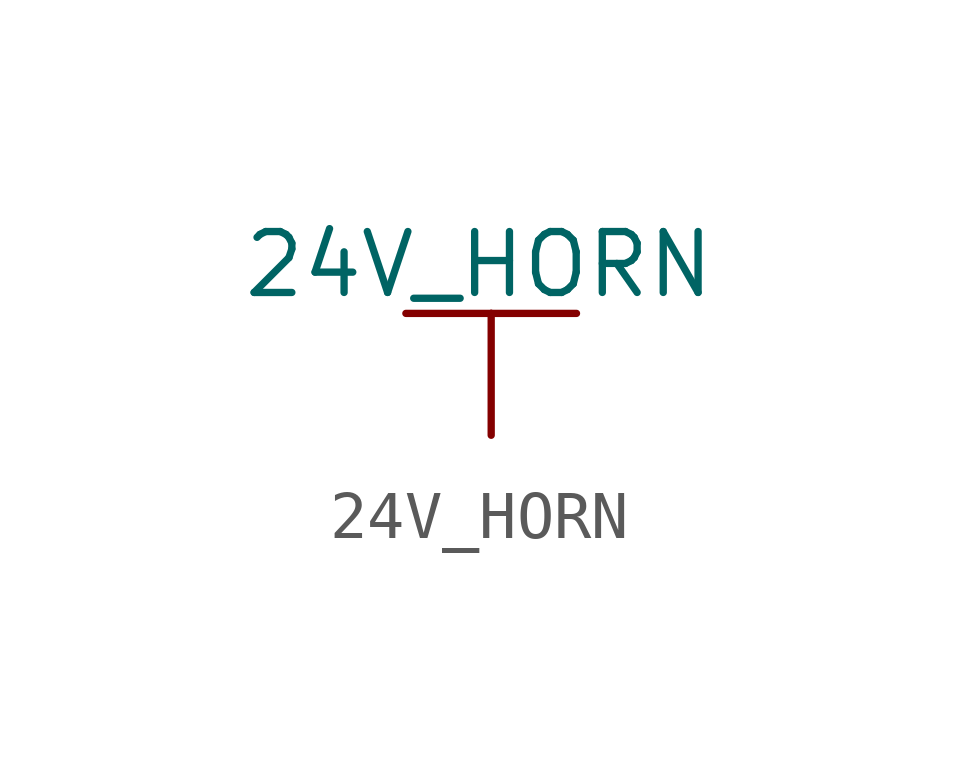
<source format=kicad_sym>
(kicad_symbol_lib
  (version 20220914)
  (generator kicad_symbol_editor)
  (symbol "24V_HORN"
    (power)
    (pin_numbers hide)
    (pin_names
      (offset 0) hide)
    (property "Reference" "#PWR"
      (at 0 -3.81 0)
      (effects (font (size 1.27 1.27)) hide))
    (property "Value" "24V_HORN"
      (at -0.254 3.556 0)
      (effects (font (size 1.27 1.27))))
    (property "Footprint" ""
      (at 0 0 0)
      (effects (font (size 1.524 1.524))))
    (property "Datasheet" ""
      (at 0 0 0)
      (effects (font (size 1.524 1.524))))
    (symbol "24V_HORN_0_1"
      (polyline (pts (xy -1.778 2.54) (xy 0 2.54)) (stroke (width 0) (type default)) (fill (type none)))
      (polyline (pts (xy 0 0) (xy 0 2.54)) (stroke (width 0) (type default)) (fill (type none)))
      (polyline (pts (xy 0 2.54) (xy 1.778 2.54)) (stroke (width 0) (type default)) (fill (type none))))
    (symbol "24V_HORN_1_1"
      (pin power_in line (at 0 0 90) (length 0) hide (name "12V_HORN" (effects (font (size 1.27 1.27)))) (number "1" (effects (font (size 1.27 1.27))))))))
</source>
